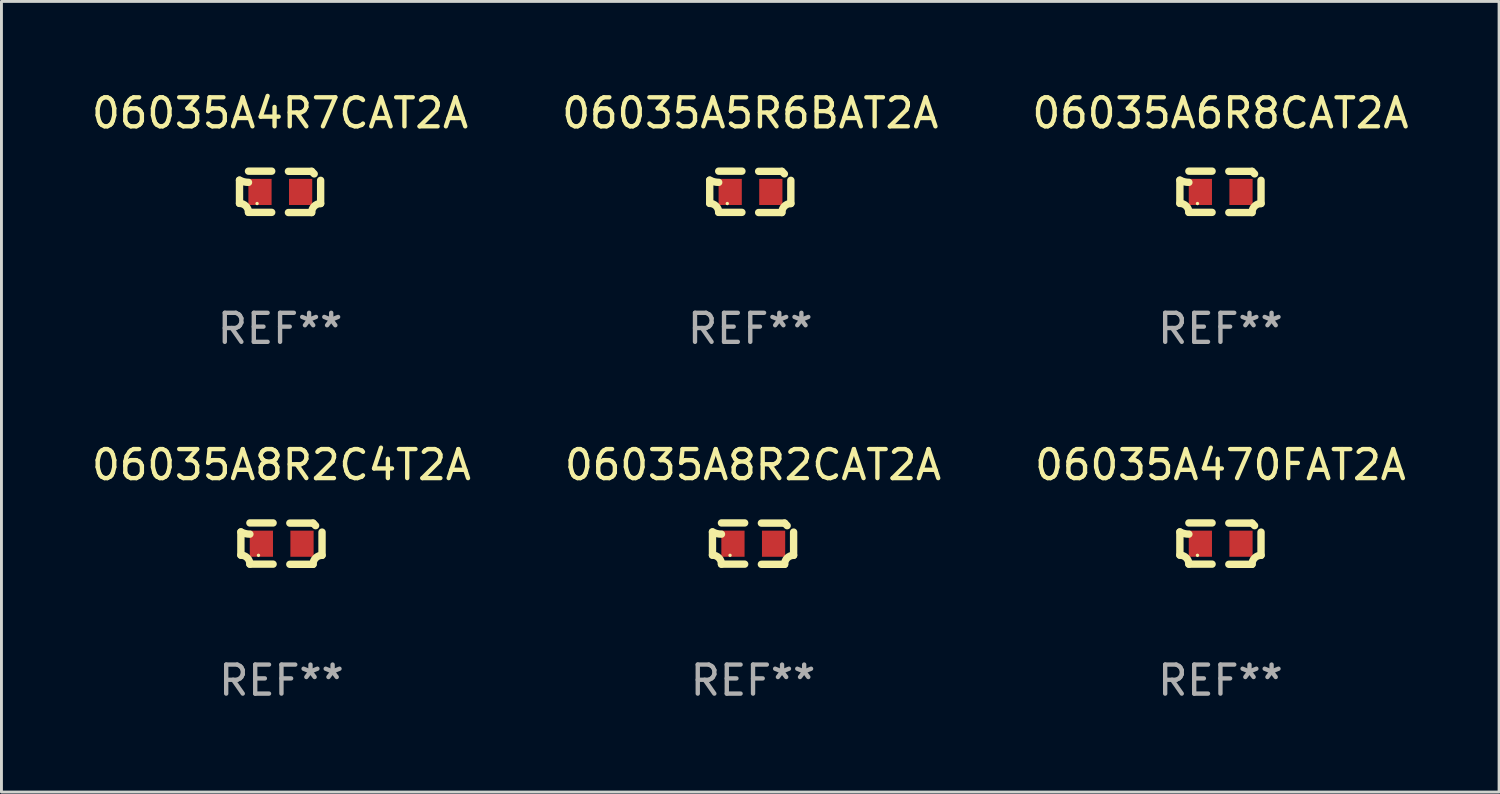
<source format=kicad_pcb>
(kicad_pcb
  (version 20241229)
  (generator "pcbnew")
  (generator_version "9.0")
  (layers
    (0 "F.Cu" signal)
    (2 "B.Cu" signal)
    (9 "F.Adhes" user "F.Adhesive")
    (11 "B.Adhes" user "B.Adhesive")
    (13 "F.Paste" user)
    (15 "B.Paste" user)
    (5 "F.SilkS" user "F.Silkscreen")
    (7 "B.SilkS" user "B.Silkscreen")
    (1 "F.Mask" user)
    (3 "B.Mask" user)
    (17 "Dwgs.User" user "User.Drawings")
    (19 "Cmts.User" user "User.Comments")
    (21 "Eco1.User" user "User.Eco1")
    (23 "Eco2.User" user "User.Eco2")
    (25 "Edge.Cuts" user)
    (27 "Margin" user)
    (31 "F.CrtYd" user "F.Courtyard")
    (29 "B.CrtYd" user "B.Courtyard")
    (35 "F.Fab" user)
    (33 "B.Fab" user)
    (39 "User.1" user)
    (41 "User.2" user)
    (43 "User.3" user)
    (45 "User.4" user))
  (footprint "06035A4R7CAT2A"
    (layer "F.Cu")
    (at 6.601 3.561)
    (property "Reference" "06035A4R7CAT2A" (at 0 -2.713 0) (layer "F.SilkS") (effects (font (size 1 1) (thickness 0.15))))
    (attr through_hole)
    (fp_line (start -1.398 -0.403) (end -1.398 0.397) (stroke (width 0.254) (type solid)) (layer "F.SilkS"))
    (fp_line (start -0.288 -0.713) (end -1.088 -0.713) (stroke (width 0.254) (type solid)) (layer "F.SilkS"))
    (fp_line (start -0.288 0.707) (end -1.088 0.707) (stroke (width 0.254) (type solid)) (layer "F.SilkS"))
    (fp_line (start 0.288 -0.707) (end 1.088 -0.707) (stroke (width 0.254) (type solid)) (layer "F.SilkS"))
    (fp_line (start 0.288 0.713) (end 1.088 0.713) (stroke (width 0.254) (type solid)) (layer "F.SilkS"))
    (fp_line (start 1.398 -0.397) (end 1.398 0.403) (stroke (width 0.254) (type solid)) (layer "F.SilkS"))
    (fp_arc (start -1.397789 0.397066) (mid -1.178701 0.487826) (end -1.08796 0.706922) (stroke (width 0.254001) (type solid)) (layer "F.SilkS"))
    (fp_arc (start -1.08796 -0.327176) (mid -1.247436 -0.346384) (end -1.39779 -0.402908) (stroke (width 0.254001) (type solid)) (layer "F.SilkS"))
    (fp_arc (start 1.087909 0.712738) (mid 1.178656 0.493655) (end 1.397739 0.402908) (stroke (width 0.254001) (type solid)) (layer "F.SilkS"))
    (fp_arc (start 1.175925 -0.618926) (mid 1.131917 -0.662923) (end 1.08791 -0.706922) (stroke (width 0.254001) (type solid)) (layer "F.SilkS"))
    (fp_circle (center -0.792 0.403) (end -0.762 0.403) (stroke (width 0.06) (type solid)) (fill no) (layer "F.SilkS"))
    (fp_text user "REF**" (at 0 4.713 0) (layer "F.Fab") (effects (font (size 1 1) (thickness 0.15))))
    (pad "1" smd rect (at -0.692 0.003) (size 0.8 0.9) (layers "F.Cu" "F.Mask" "F.Paste"))
    (pad "2" smd rect (at 0.708 0.003) (size 0.8 0.9) (layers "F.Cu" "F.Mask" "F.Paste")))
  (footprint "06035A8R2CAT2A"
    (layer "F.Cu")
    (at 22.899 15.683)
    (property "Reference" "06035A8R2CAT2A" (at 0 -2.713 0) (layer "F.SilkS") (effects (font (size 1 1) (thickness 0.15))))
    (attr through_hole)
    (fp_line (start -1.398 -0.403) (end -1.398 0.397) (stroke (width 0.254) (type solid)) (layer "F.SilkS"))
    (fp_line (start -0.288 -0.713) (end -1.088 -0.713) (stroke (width 0.254) (type solid)) (layer "F.SilkS"))
    (fp_line (start -0.288 0.707) (end -1.088 0.707) (stroke (width 0.254) (type solid)) (layer "F.SilkS"))
    (fp_line (start 0.288 -0.707) (end 1.088 -0.707) (stroke (width 0.254) (type solid)) (layer "F.SilkS"))
    (fp_line (start 0.288 0.713) (end 1.088 0.713) (stroke (width 0.254) (type solid)) (layer "F.SilkS"))
    (fp_line (start 1.398 -0.397) (end 1.398 0.403) (stroke (width 0.254) (type solid)) (layer "F.SilkS"))
    (fp_arc (start -1.397789 0.397066) (mid -1.178701 0.487826) (end -1.08796 0.706922) (stroke (width 0.254001) (type solid)) (layer "F.SilkS"))
    (fp_arc (start -1.08796 -0.327176) (mid -1.247436 -0.346384) (end -1.39779 -0.402908) (stroke (width 0.254001) (type solid)) (layer "F.SilkS"))
    (fp_arc (start 1.087909 0.712738) (mid 1.178656 0.493655) (end 1.397739 0.402908) (stroke (width 0.254001) (type solid)) (layer "F.SilkS"))
    (fp_arc (start 1.175925 -0.618926) (mid 1.131917 -0.662923) (end 1.08791 -0.706922) (stroke (width 0.254001) (type solid)) (layer "F.SilkS"))
    (fp_circle (center -0.792 0.403) (end -0.762 0.403) (stroke (width 0.06) (type solid)) (fill no) (layer "F.SilkS"))
    (fp_text user "REF**" (at 0 4.713 0) (layer "F.Fab") (effects (font (size 1 1) (thickness 0.15))))
    (pad "1" smd rect (at -0.692 0.003) (size 0.8 0.9) (layers "F.Cu" "F.Mask" "F.Paste"))
    (pad "2" smd rect (at 0.708 0.003) (size 0.8 0.9) (layers "F.Cu" "F.Mask" "F.Paste")))
  (footprint "06035A470FAT2A"
    (layer "F.Cu")
    (at 39.006 15.683)
    (property "Reference" "06035A470FAT2A" (at 0 -2.713 0) (layer "F.SilkS") (effects (font (size 1 1) (thickness 0.15))))
    (attr through_hole)
    (fp_line (start -1.398 -0.403) (end -1.398 0.397) (stroke (width 0.254) (type solid)) (layer "F.SilkS"))
    (fp_line (start -0.288 -0.713) (end -1.088 -0.713) (stroke (width 0.254) (type solid)) (layer "F.SilkS"))
    (fp_line (start -0.288 0.707) (end -1.088 0.707) (stroke (width 0.254) (type solid)) (layer "F.SilkS"))
    (fp_line (start 0.288 -0.707) (end 1.088 -0.707) (stroke (width 0.254) (type solid)) (layer "F.SilkS"))
    (fp_line (start 0.288 0.713) (end 1.088 0.713) (stroke (width 0.254) (type solid)) (layer "F.SilkS"))
    (fp_line (start 1.398 -0.397) (end 1.398 0.403) (stroke (width 0.254) (type solid)) (layer "F.SilkS"))
    (fp_arc (start -1.397789 0.397066) (mid -1.178701 0.487826) (end -1.08796 0.706922) (stroke (width 0.254001) (type solid)) (layer "F.SilkS"))
    (fp_arc (start -1.08796 -0.327176) (mid -1.247436 -0.346384) (end -1.39779 -0.402908) (stroke (width 0.254001) (type solid)) (layer "F.SilkS"))
    (fp_arc (start 1.087909 0.712738) (mid 1.178656 0.493655) (end 1.397739 0.402908) (stroke (width 0.254001) (type solid)) (layer "F.SilkS"))
    (fp_arc (start 1.175925 -0.618926) (mid 1.131917 -0.662923) (end 1.08791 -0.706922) (stroke (width 0.254001) (type solid)) (layer "F.SilkS"))
    (fp_circle (center -0.792 0.403) (end -0.762 0.403) (stroke (width 0.06) (type solid)) (fill no) (layer "F.SilkS"))
    (fp_text user "REF**" (at 0 4.713 0) (layer "F.Fab") (effects (font (size 1 1) (thickness 0.15))))
    (pad "1" smd rect (at -0.692 0.003) (size 0.8 0.9) (layers "F.Cu" "F.Mask" "F.Paste"))
    (pad "2" smd rect (at 0.708 0.003) (size 0.8 0.9) (layers "F.Cu" "F.Mask" "F.Paste")))
  (footprint "06035A6R8CAT2A"
    (layer "F.Cu")
    (at 39.006 3.561)
    (property "Reference" "06035A6R8CAT2A" (at 0 -2.713 0) (layer "F.SilkS") (effects (font (size 1 1) (thickness 0.15))))
    (attr through_hole)
    (fp_line (start -1.398 -0.403) (end -1.398 0.397) (stroke (width 0.254) (type solid)) (layer "F.SilkS"))
    (fp_line (start -0.288 -0.713) (end -1.088 -0.713) (stroke (width 0.254) (type solid)) (layer "F.SilkS"))
    (fp_line (start -0.288 0.707) (end -1.088 0.707) (stroke (width 0.254) (type solid)) (layer "F.SilkS"))
    (fp_line (start 0.288 -0.707) (end 1.088 -0.707) (stroke (width 0.254) (type solid)) (layer "F.SilkS"))
    (fp_line (start 0.288 0.713) (end 1.088 0.713) (stroke (width 0.254) (type solid)) (layer "F.SilkS"))
    (fp_line (start 1.398 -0.397) (end 1.398 0.403) (stroke (width 0.254) (type solid)) (layer "F.SilkS"))
    (fp_arc (start -1.397789 0.397066) (mid -1.178701 0.487826) (end -1.08796 0.706922) (stroke (width 0.254001) (type solid)) (layer "F.SilkS"))
    (fp_arc (start -1.08796 -0.327176) (mid -1.247436 -0.346384) (end -1.39779 -0.402908) (stroke (width 0.254001) (type solid)) (layer "F.SilkS"))
    (fp_arc (start 1.087909 0.712738) (mid 1.178656 0.493655) (end 1.397739 0.402908) (stroke (width 0.254001) (type solid)) (layer "F.SilkS"))
    (fp_arc (start 1.175925 -0.618926) (mid 1.131917 -0.662923) (end 1.08791 -0.706922) (stroke (width 0.254001) (type solid)) (layer "F.SilkS"))
    (fp_circle (center -0.792 0.403) (end -0.762 0.403) (stroke (width 0.06) (type solid)) (fill no) (layer "F.SilkS"))
    (fp_text user "REF**" (at 0 4.713 0) (layer "F.Fab") (effects (font (size 1 1) (thickness 0.15))))
    (pad "1" smd rect (at -0.692 0.003) (size 0.8 0.9) (layers "F.Cu" "F.Mask" "F.Paste"))
    (pad "2" smd rect (at 0.708 0.003) (size 0.8 0.9) (layers "F.Cu" "F.Mask" "F.Paste")))
  (footprint "06035A5R6BAT2A"
    (layer "F.Cu")
    (at 22.804 3.561)
    (property "Reference" "06035A5R6BAT2A" (at 0 -2.713 0) (layer "F.SilkS") (effects (font (size 1 1) (thickness 0.15))))
    (attr through_hole)
    (fp_line (start -1.398 -0.403) (end -1.398 0.397) (stroke (width 0.254) (type solid)) (layer "F.SilkS"))
    (fp_line (start -0.288 -0.713) (end -1.088 -0.713) (stroke (width 0.254) (type solid)) (layer "F.SilkS"))
    (fp_line (start -0.288 0.707) (end -1.088 0.707) (stroke (width 0.254) (type solid)) (layer "F.SilkS"))
    (fp_line (start 0.288 -0.707) (end 1.088 -0.707) (stroke (width 0.254) (type solid)) (layer "F.SilkS"))
    (fp_line (start 0.288 0.713) (end 1.088 0.713) (stroke (width 0.254) (type solid)) (layer "F.SilkS"))
    (fp_line (start 1.398 -0.397) (end 1.398 0.403) (stroke (width 0.254) (type solid)) (layer "F.SilkS"))
    (fp_arc (start -1.397789 0.397066) (mid -1.178701 0.487826) (end -1.08796 0.706922) (stroke (width 0.254001) (type solid)) (layer "F.SilkS"))
    (fp_arc (start -1.08796 -0.327176) (mid -1.247436 -0.346384) (end -1.39779 -0.402908) (stroke (width 0.254001) (type solid)) (layer "F.SilkS"))
    (fp_arc (start 1.087909 0.712738) (mid 1.178656 0.493655) (end 1.397739 0.402908) (stroke (width 0.254001) (type solid)) (layer "F.SilkS"))
    (fp_arc (start 1.175925 -0.618926) (mid 1.131917 -0.662923) (end 1.08791 -0.706922) (stroke (width 0.254001) (type solid)) (layer "F.SilkS"))
    (fp_circle (center -0.792 0.403) (end -0.762 0.403) (stroke (width 0.06) (type solid)) (fill no) (layer "F.SilkS"))
    (fp_text user "REF**" (at 0 4.713 0) (layer "F.Fab") (effects (font (size 1 1) (thickness 0.15))))
    (pad "1" smd rect (at -0.692 0.003) (size 0.8 0.9) (layers "F.Cu" "F.Mask" "F.Paste"))
    (pad "2" smd rect (at 0.708 0.003) (size 0.8 0.9) (layers "F.Cu" "F.Mask" "F.Paste")))
  (footprint "06035A8R2C4T2A"
    (layer "F.Cu")
    (at 6.649 15.683)
    (property "Reference" "06035A8R2C4T2A" (at 0 -2.713 0) (layer "F.SilkS") (effects (font (size 1 1) (thickness 0.15))))
    (attr through_hole)
    (fp_line (start -1.398 -0.403) (end -1.398 0.397) (stroke (width 0.254) (type solid)) (layer "F.SilkS"))
    (fp_line (start -0.288 -0.713) (end -1.088 -0.713) (stroke (width 0.254) (type solid)) (layer "F.SilkS"))
    (fp_line (start -0.288 0.707) (end -1.088 0.707) (stroke (width 0.254) (type solid)) (layer "F.SilkS"))
    (fp_line (start 0.288 -0.707) (end 1.088 -0.707) (stroke (width 0.254) (type solid)) (layer "F.SilkS"))
    (fp_line (start 0.288 0.713) (end 1.088 0.713) (stroke (width 0.254) (type solid)) (layer "F.SilkS"))
    (fp_line (start 1.398 -0.397) (end 1.398 0.403) (stroke (width 0.254) (type solid)) (layer "F.SilkS"))
    (fp_arc (start -1.397789 0.397066) (mid -1.178701 0.487826) (end -1.08796 0.706922) (stroke (width 0.254001) (type solid)) (layer "F.SilkS"))
    (fp_arc (start -1.08796 -0.327176) (mid -1.247436 -0.346384) (end -1.39779 -0.402908) (stroke (width 0.254001) (type solid)) (layer "F.SilkS"))
    (fp_arc (start 1.087909 0.712738) (mid 1.178656 0.493655) (end 1.397739 0.402908) (stroke (width 0.254001) (type solid)) (layer "F.SilkS"))
    (fp_arc (start 1.175925 -0.618926) (mid 1.131917 -0.662923) (end 1.08791 -0.706922) (stroke (width 0.254001) (type solid)) (layer "F.SilkS"))
    (fp_circle (center -0.792 0.403) (end -0.762 0.403) (stroke (width 0.06) (type solid)) (fill no) (layer "F.SilkS"))
    (fp_text user "REF**" (at 0 4.713 0) (layer "F.Fab") (effects (font (size 1 1) (thickness 0.15))))
    (pad "1" smd rect (at -0.692 0.003) (size 0.8 0.9) (layers "F.Cu" "F.Mask" "F.Paste"))
    (pad "2" smd rect (at 0.708 0.003) (size 0.8 0.9) (layers "F.Cu" "F.Mask" "F.Paste")))
  (gr_rect
    (start -3 -3)
    (end 48.607 24.244)
    (stroke (width 0.1) (type default))
    (fill no)
    (layer "Edge.Cuts")))
</source>
